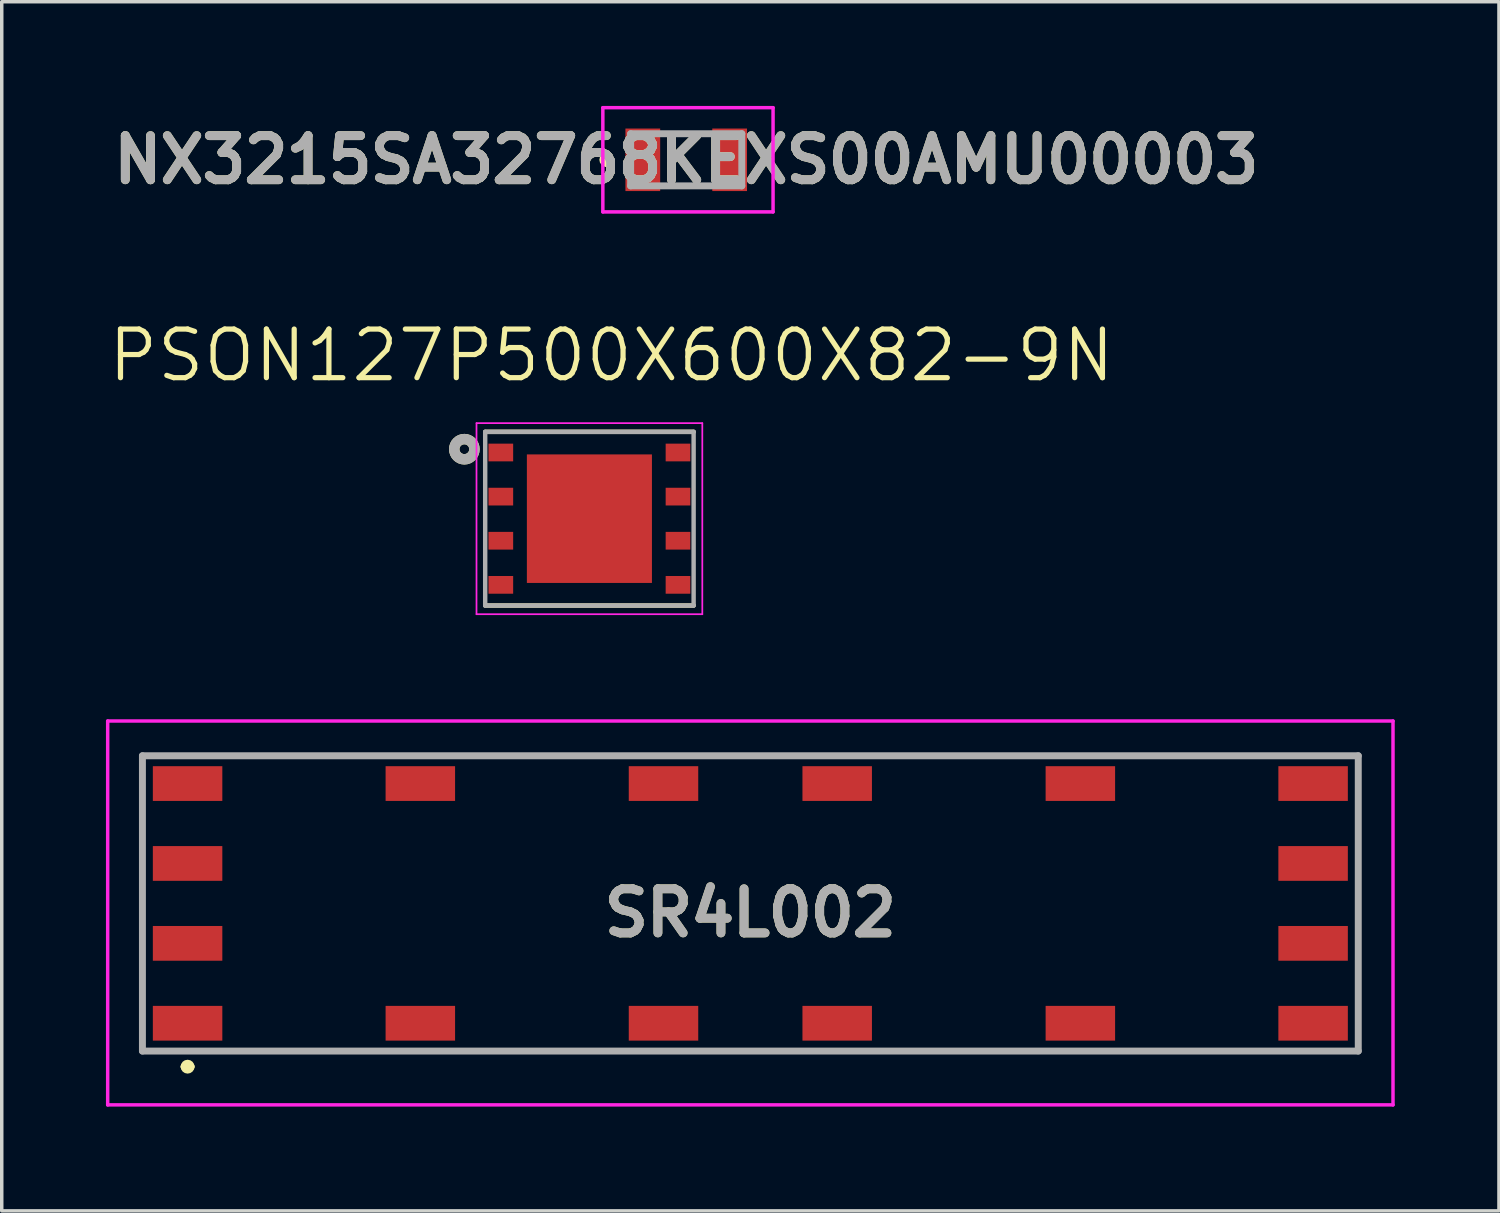
<source format=kicad_pcb>
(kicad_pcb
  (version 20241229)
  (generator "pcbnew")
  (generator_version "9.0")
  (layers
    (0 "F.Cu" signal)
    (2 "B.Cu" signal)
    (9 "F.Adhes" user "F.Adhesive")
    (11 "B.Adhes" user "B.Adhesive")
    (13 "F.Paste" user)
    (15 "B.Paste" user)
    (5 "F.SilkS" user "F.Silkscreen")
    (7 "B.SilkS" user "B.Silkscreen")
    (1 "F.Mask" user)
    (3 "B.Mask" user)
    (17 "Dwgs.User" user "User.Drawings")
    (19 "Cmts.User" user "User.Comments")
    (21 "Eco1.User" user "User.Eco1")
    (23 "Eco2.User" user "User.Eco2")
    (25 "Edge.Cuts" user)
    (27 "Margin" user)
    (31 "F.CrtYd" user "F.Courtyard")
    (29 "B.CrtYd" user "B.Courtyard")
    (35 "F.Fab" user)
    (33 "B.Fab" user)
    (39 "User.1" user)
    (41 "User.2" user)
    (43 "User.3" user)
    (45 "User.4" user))
  (footprint "PSON127P500X600X82-9N"
    (layer "F.Cu")
    (at 13.917 11.881)
    (property "Reference" "PSON127P500X600X82-9N" (at 0.635 -4.699 0) (layer "F.SilkS") (effects (font (size 1.4 1.4) (thickness 0.15))))
    (attr through_hole)
    (fp_line (start -3 -2.5) (end 3 -2.5) (stroke (width 0.127) (type solid)) (layer "F.SilkS"))
    (fp_line (start 3 2.5) (end -3 2.5) (stroke (width 0.127) (type solid)) (layer "F.SilkS"))
    (fp_circle (center -3.6 -2) (end -3.459 -2) (stroke (width 0.3) (type solid)) (fill no) (layer "F.SilkS"))
    (fp_poly (pts (xy -1.5 -1.45) (xy -0.18 -1.45) (xy -0.18 -0.18) (xy -1.5 -0.18)) (stroke (width 0.01) (type solid)) (fill yes) (layer "F.Paste"))
    (fp_poly (pts (xy -1.5 0.18) (xy -0.18 0.18) (xy -0.18 1.45) (xy -1.5 1.45)) (stroke (width 0.01) (type solid)) (fill yes) (layer "F.Paste"))
    (fp_poly (pts (xy 0.18 -1.45) (xy 1.5 -1.45) (xy 1.5 -0.18) (xy 0.18 -0.18)) (stroke (width 0.01) (type solid)) (fill yes) (layer "F.Paste"))
    (fp_poly (pts (xy 0.18 0.18) (xy 1.5 0.18) (xy 1.5 1.45) (xy 0.18 1.45)) (stroke (width 0.01) (type solid)) (fill yes) (layer "F.Paste"))
    (fp_line (start -3.25 -2.75) (end 3.25 -2.75) (stroke (width 0.05) (type solid)) (layer "F.CrtYd"))
    (fp_line (start -3.25 2.75) (end -3.25 -2.75) (stroke (width 0.05) (type solid)) (layer "F.CrtYd"))
    (fp_line (start 3.25 -2.75) (end 3.25 2.75) (stroke (width 0.05) (type solid)) (layer "F.CrtYd"))
    (fp_line (start 3.25 2.75) (end -3.25 2.75) (stroke (width 0.05) (type solid)) (layer "F.CrtYd"))
    (fp_line (start -3 -2.5) (end 3 -2.5) (stroke (width 0.127) (type solid)) (layer "F.Fab"))
    (fp_line (start -3 2.5) (end -3 -2.5) (stroke (width 0.127) (type solid)) (layer "F.Fab"))
    (fp_line (start 3 -2.5) (end 3 2.5) (stroke (width 0.127) (type solid)) (layer "F.Fab"))
    (fp_line (start 3 2.5) (end -3 2.5) (stroke (width 0.127) (type solid)) (layer "F.Fab"))
    (fp_circle (center -3.6 -2) (end -3.459 -2) (stroke (width 0.3) (type solid)) (fill no) (layer "F.Fab"))
    (pad "1" smd rect (at -2.55 -1.905) (size 0.71 0.51) (layers "F.Cu" "F.Mask" "F.Paste"))
    (pad "2" smd rect (at -2.55 -0.635) (size 0.71 0.51) (layers "F.Cu" "F.Mask" "F.Paste"))
    (pad "3" smd rect (at -2.55 0.635) (size 0.71 0.51) (layers "F.Cu" "F.Mask" "F.Paste"))
    (pad "4" smd rect (at -2.55 1.905) (size 0.71 0.51) (layers "F.Cu" "F.Mask" "F.Paste"))
    (pad "5" smd rect (at 2.55 1.905) (size 0.71 0.51) (layers "F.Cu" "F.Mask" "F.Paste"))
    (pad "6" smd rect (at 2.55 0.635) (size 0.71 0.51) (layers "F.Cu" "F.Mask" "F.Paste"))
    (pad "7" smd rect (at 2.55 -0.635) (size 0.71 0.51) (layers "F.Cu" "F.Mask" "F.Paste"))
    (pad "8" smd rect (at 2.55 -1.905) (size 0.71 0.51) (layers "F.Cu" "F.Mask" "F.Paste"))
    (pad "9" smd rect (at 0 0) (size 3.6 3.7) (layers "F.Cu" "F.Mask")))
  (footprint "SR4L002"
    (layer "F.Cu")
    (at 18.55 23.231)
    (property "Reference" "SR4L002" (at 0 0 0) (layer "F.SilkS") (effects (font (size 1.27 1.27) (thickness 0.254))))
    (attr smd)
    (fp_line (start -17.5 -4.525) (end 17.5 -4.525) (stroke (width 0.1) (type solid)) (layer "F.SilkS"))
    (fp_line (start -17.5 3.975) (end -17.5 -4.525) (stroke (width 0.1) (type solid)) (layer "F.SilkS"))
    (fp_line (start -16.3 4.425) (end -16.3 4.425) (stroke (width 0.2) (type solid)) (layer "F.SilkS"))
    (fp_line (start -16.1 4.425) (end -16.1 4.425) (stroke (width 0.2) (type solid)) (layer "F.SilkS"))
    (fp_line (start 17.5 -4.525) (end 17.5 3.975) (stroke (width 0.1) (type solid)) (layer "F.SilkS"))
    (fp_line (start 17.5 3.975) (end -17.5 3.975) (stroke (width 0.1) (type solid)) (layer "F.SilkS"))
    (fp_arc (start -16.3 4.425) (mid -16.2 4.325) (end -16.1 4.425) (stroke (width 0.2) (type solid)) (layer "F.SilkS"))
    (fp_arc (start -16.1 4.425) (mid -16.2 4.525) (end -16.3 4.425) (stroke (width 0.2) (type solid)) (layer "F.SilkS"))
    (fp_line (start -18.5 -5.525) (end 18.5 -5.525) (stroke (width 0.1) (type solid)) (layer "F.CrtYd"))
    (fp_line (start -18.5 5.525) (end -18.5 -5.525) (stroke (width 0.1) (type solid)) (layer "F.CrtYd"))
    (fp_line (start 18.5 -5.525) (end 18.5 5.525) (stroke (width 0.1) (type solid)) (layer "F.CrtYd"))
    (fp_line (start 18.5 5.525) (end -18.5 5.525) (stroke (width 0.1) (type solid)) (layer "F.CrtYd"))
    (fp_line (start -17.5 -4.525) (end 17.5 -4.525) (stroke (width 0.2) (type solid)) (layer "F.Fab"))
    (fp_line (start -17.5 3.975) (end -17.5 -4.525) (stroke (width 0.2) (type solid)) (layer "F.Fab"))
    (fp_line (start 17.5 -4.525) (end 17.5 3.975) (stroke (width 0.2) (type solid)) (layer "F.Fab"))
    (fp_line (start 17.5 3.975) (end -17.5 3.975) (stroke (width 0.2) (type solid)) (layer "F.Fab"))
    (fp_text user "${REFERENCE}" (at 0 0 0) (layer "F.Fab") (effects (font (size 1.27 1.27) (thickness 0.254))))
    (pad "1" smd rect (at -16.2 3.175 90) (size 1 2) (layers "F.Cu" "F.Mask" "F.Paste"))
    (pad "2" smd rect (at -9.5 3.175 90) (size 1 2) (layers "F.Cu" "F.Mask" "F.Paste"))
    (pad "3" smd rect (at -2.5 3.175 90) (size 1 2) (layers "F.Cu" "F.Mask" "F.Paste"))
    (pad "4" smd rect (at 2.5 3.175 90) (size 1 2) (layers "F.Cu" "F.Mask" "F.Paste"))
    (pad "5" smd rect (at 9.5 3.175 90) (size 1 2) (layers "F.Cu" "F.Mask" "F.Paste"))
    (pad "6" smd rect (at 16.2 3.175 90) (size 1 2) (layers "F.Cu" "F.Mask" "F.Paste"))
    (pad "7" smd rect (at 16.2 0.875 90) (size 1 2) (layers "F.Cu" "F.Mask" "F.Paste"))
    (pad "8" smd rect (at 16.2 -1.425 90) (size 1 2) (layers "F.Cu" "F.Mask" "F.Paste"))
    (pad "9" smd rect (at 16.2 -3.725 90) (size 1 2) (layers "F.Cu" "F.Mask" "F.Paste"))
    (pad "10" smd rect (at 9.5 -3.725 90) (size 1 2) (layers "F.Cu" "F.Mask" "F.Paste"))
    (pad "11" smd rect (at 2.5 -3.725 90) (size 1 2) (layers "F.Cu" "F.Mask" "F.Paste"))
    (pad "12" smd rect (at -2.5 -3.725 90) (size 1 2) (layers "F.Cu" "F.Mask" "F.Paste"))
    (pad "13" smd rect (at -9.5 -3.725 90) (size 1 2) (layers "F.Cu" "F.Mask" "F.Paste"))
    (pad "14" smd rect (at -16.2 -3.725 90) (size 1 2) (layers "F.Cu" "F.Mask" "F.Paste"))
    (pad "15" smd rect (at -16.2 -1.425 90) (size 1 2) (layers "F.Cu" "F.Mask" "F.Paste"))
    (pad "16" smd rect (at -16.2 0.875 90) (size 1 2) (layers "F.Cu" "F.Mask" "F.Paste")))
  (footprint "NX3215SA32768KEXS00AMU00003"
    (layer "F.Cu")
    (at 16.704 1.55)
    (property "Reference" "NX3215SA32768KEXS00AMU00003" (at 0 0 0) (layer "F.SilkS") (effects (font (size 1.27 1.27) (thickness 0.254))))
    (attr smd)
    (fp_line (start -2.3 -0.1) (end -2.3 -0.1) (stroke (width 0.2) (type solid)) (layer "F.SilkS"))
    (fp_line (start -2.3 0.1) (end -2.3 0.1) (stroke (width 0.2) (type solid)) (layer "F.SilkS"))
    (fp_line (start -0.5 -0.75) (end 0.5 -0.75) (stroke (width 0.1) (type solid)) (layer "F.SilkS"))
    (fp_line (start -0.5 0.75) (end 0.5 0.75) (stroke (width 0.1) (type solid)) (layer "F.SilkS"))
    (fp_arc (start -2.3 -0.1) (mid -2.2 0) (end -2.3 0.1) (stroke (width 0.2) (type solid)) (layer "F.SilkS"))
    (fp_arc (start -2.3 0.1) (mid -2.4 0) (end -2.3 -0.1) (stroke (width 0.2) (type solid)) (layer "F.SilkS"))
    (fp_line (start -2.4 -1.5) (end 2.5 -1.5) (stroke (width 0.1) (type solid)) (layer "F.CrtYd"))
    (fp_line (start -2.4 1.5) (end -2.4 -1.5) (stroke (width 0.1) (type solid)) (layer "F.CrtYd"))
    (fp_line (start 2.5 -1.5) (end 2.5 1.5) (stroke (width 0.1) (type solid)) (layer "F.CrtYd"))
    (fp_line (start 2.5 1.5) (end -2.4 1.5) (stroke (width 0.1) (type solid)) (layer "F.CrtYd"))
    (fp_line (start -1.6 -0.75) (end 1.6 -0.75) (stroke (width 0.2) (type solid)) (layer "F.Fab"))
    (fp_line (start -1.6 0.75) (end -1.6 -0.75) (stroke (width 0.2) (type solid)) (layer "F.Fab"))
    (fp_line (start 1.6 -0.75) (end 1.6 0.75) (stroke (width 0.2) (type solid)) (layer "F.Fab"))
    (fp_line (start 1.6 0.75) (end -1.6 0.75) (stroke (width 0.2) (type solid)) (layer "F.Fab"))
    (fp_text user "${REFERENCE}" (at 0 0 0) (layer "F.Fab") (effects (font (size 1.27 1.27) (thickness 0.254))))
    (pad "1" smd rect (at -1.25 0) (size 1 1.8) (layers "F.Cu" "F.Mask" "F.Paste"))
    (pad "2" smd rect (at 1.25 0) (size 1 1.8) (layers "F.Cu" "F.Mask" "F.Paste")))
  (gr_rect
    (start -3 -3)
    (end 40.1 31.806)
    (stroke (width 0.1) (type default))
    (fill no)
    (layer "Edge.Cuts")))
</source>
